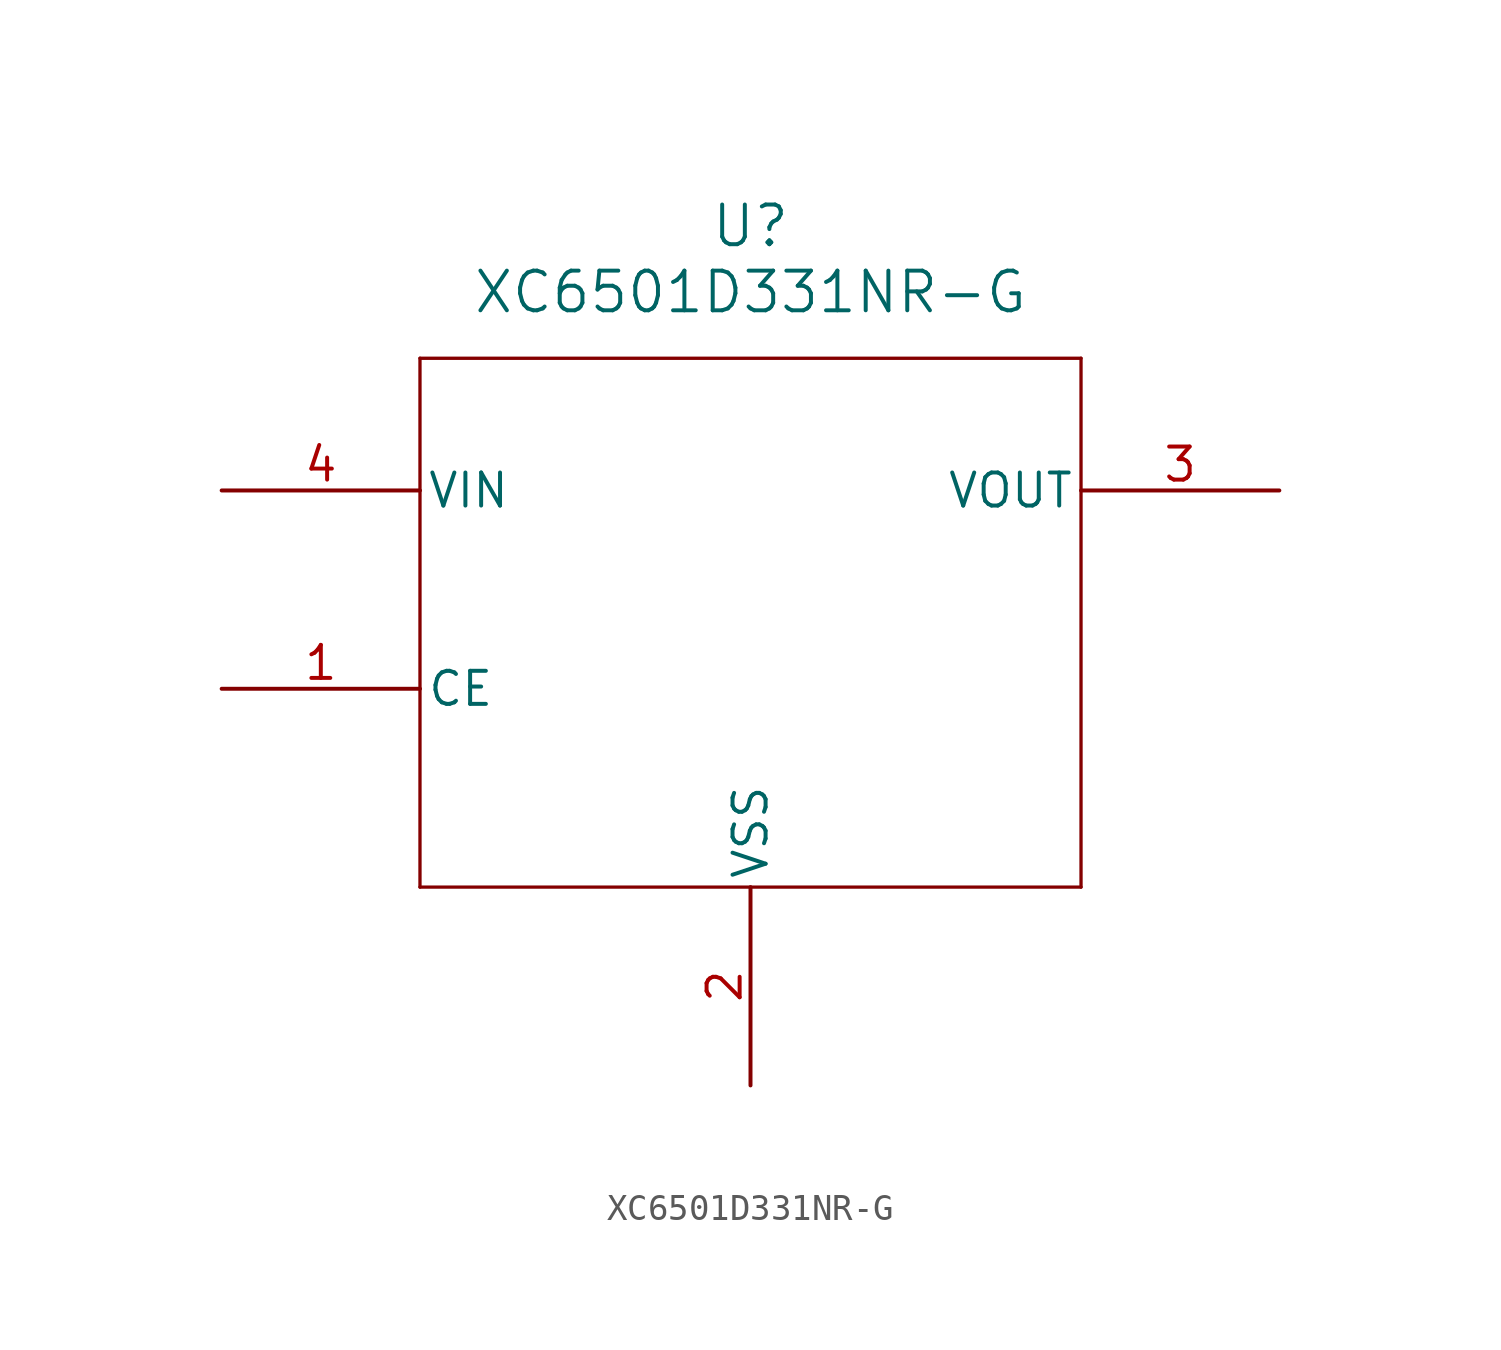
<source format=kicad_sym>
(kicad_symbol_lib
  (version 20211014)
  (generator kicad_symbol_editor)
  (symbol "XC6501D331NR-G"
    (pin_names
      (offset 0.254))
    (property "Reference" "U"
      (at 20.32 10.16 0)
      (effects (font (size 1.524 1.524))))
    (property "Value" "XC6501D331NR-G"
      (at 20.32 7.62 0)
      (effects (font (size 1.524 1.524))))
    (symbol "XC6501D331NR-G_0_1"
      (polyline (pts (xy 7.62 5.08) (xy 7.62 -15.24)) (stroke (width .127) (type default) (color 0 0 0 0)) (fill (type none)))
      (polyline (pts (xy 7.62 -15.24) (xy 33.02 -15.24)) (stroke (width .127) (type default) (color 0 0 0 0)) (fill (type none)))
      (polyline (pts (xy 33.02 -15.24) (xy 33.02 5.08)) (stroke (width .127) (type default) (color 0 0 0 0)) (fill (type none)))
      (polyline (pts (xy 33.02 5.08) (xy 7.62 5.08)) (stroke (width .127) (type default) (color 0 0 0 0)) (fill (type none)))
      (pin unspecified line (at 0 -7.62 0) (length 7.62) (name "CE" (effects (font (size 1.27 1.27)))) (number "1" (effects (font (size 1.27 1.27)))))
      (pin power_out line (at 20.32 -22.86 90) (length 7.62) (name "VSS" (effects (font (size 1.27 1.27)))) (number "2" (effects (font (size 1.27 1.27)))))
      (pin output line (at 40.64 0 180) (length 7.62) (name "VOUT" (effects (font (size 1.27 1.27)))) (number "3" (effects (font (size 1.27 1.27)))))
      (pin power_in line (at 0 0 0) (length 7.62) (name "VIN" (effects (font (size 1.27 1.27)))) (number "4" (effects (font (size 1.27 1.27))))))))
</source>
